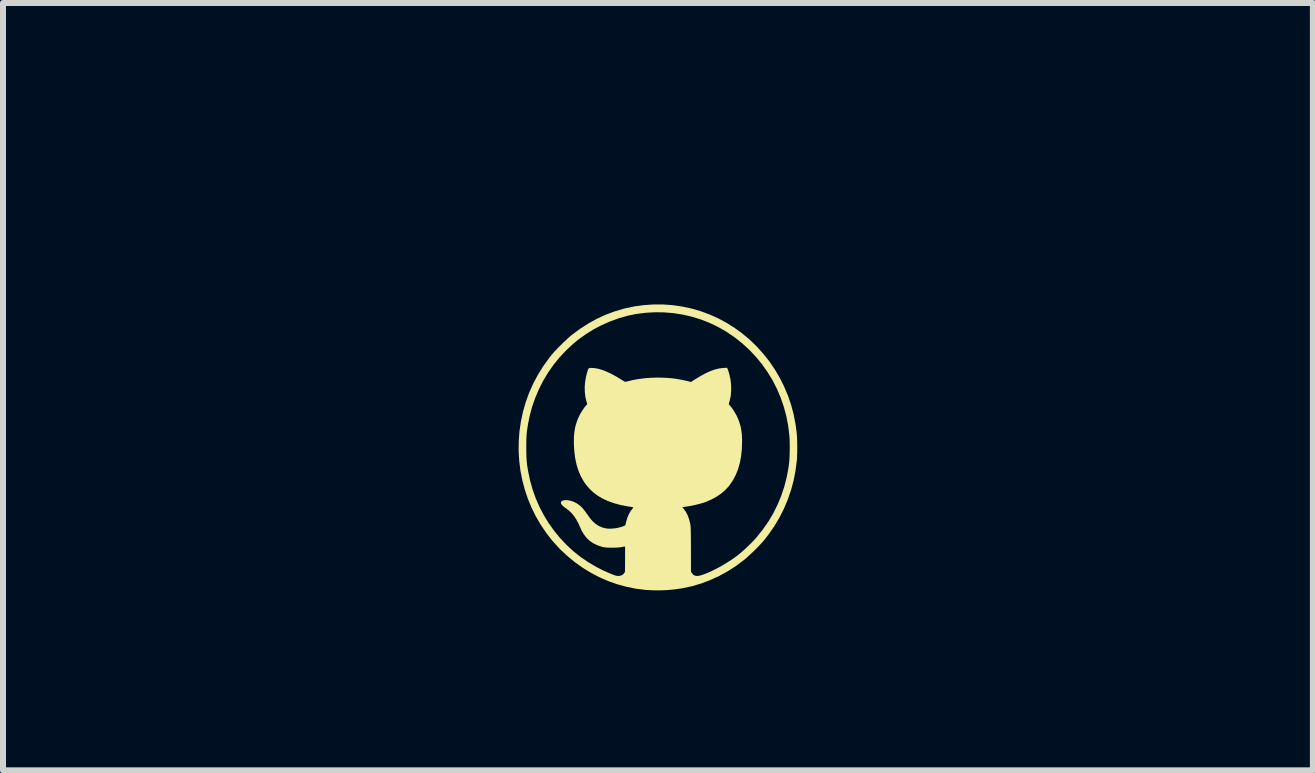
<source format=kicad_pcb>
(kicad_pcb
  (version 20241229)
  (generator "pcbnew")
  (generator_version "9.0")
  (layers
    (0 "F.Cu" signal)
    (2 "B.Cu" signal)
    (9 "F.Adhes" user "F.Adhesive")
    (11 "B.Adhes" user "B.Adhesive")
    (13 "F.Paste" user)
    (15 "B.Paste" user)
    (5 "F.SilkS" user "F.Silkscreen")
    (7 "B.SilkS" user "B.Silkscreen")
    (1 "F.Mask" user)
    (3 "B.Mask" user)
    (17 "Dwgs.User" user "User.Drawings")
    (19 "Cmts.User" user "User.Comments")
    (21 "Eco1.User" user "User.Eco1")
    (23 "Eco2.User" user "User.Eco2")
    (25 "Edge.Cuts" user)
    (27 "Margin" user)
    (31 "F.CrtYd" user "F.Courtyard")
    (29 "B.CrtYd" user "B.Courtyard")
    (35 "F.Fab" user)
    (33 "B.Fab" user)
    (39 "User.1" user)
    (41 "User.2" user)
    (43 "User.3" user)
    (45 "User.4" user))
  (footprint "GITHUB LOGO"
    (layer "F.Cu")
    (at 7.918 4.466)
    (property "Reference" "GITHUB LOGO" (at 0 -3.048 0) (layer "User.1") (effects (font (size 1.524 1.524) (thickness 0.3))))
    (attr board_only exclude_from_pos_files exclude_from_bom)
    (fp_poly (pts (xy 0.089 -2.441) (xy 0.247 -2.429) (xy 0.404 -2.406) (xy 0.559 -2.373) (xy 0.711 -2.329) (xy 0.86 -2.274) (xy 1.005 -2.209) (xy 1.146 -2.133) (xy 1.282 -2.047) (xy 1.397 -1.964) (xy 1.524 -1.858) (xy 1.643 -1.744) (xy 1.753 -1.622) (xy 1.855 -1.494) (xy 1.947 -1.359) (xy 2.03 -1.218) (xy 2.103 -1.072) (xy 2.167 -0.921) (xy 2.22 -0.765) (xy 2.262 -0.606) (xy 2.293 -0.443) (xy 2.296 -0.424) (xy 2.305 -0.359) (xy 2.312 -0.299) (xy 2.317 -0.24) (xy 2.32 -0.178) (xy 2.321 -0.111) (xy 2.322 -0.058) (xy 2.321 -0.013) (xy 2.321 0.032) (xy 2.319 0.076) (xy 2.318 0.115) (xy 2.316 0.147) (xy 2.315 0.157) (xy 2.293 0.328) (xy 2.261 0.494) (xy 2.217 0.656) (xy 2.163 0.813) (xy 2.098 0.966) (xy 2.023 1.115) (xy 1.937 1.259) (xy 1.84 1.398) (xy 1.77 1.487) (xy 1.742 1.521) (xy 1.706 1.559) (xy 1.666 1.602) (xy 1.622 1.646) (xy 1.577 1.69) (xy 1.532 1.732) (xy 1.49 1.77) (xy 1.453 1.803) (xy 1.436 1.816) (xy 1.302 1.917) (xy 1.164 2.006) (xy 1.022 2.084) (xy 0.876 2.151) (xy 0.727 2.208) (xy 0.573 2.254) (xy 0.414 2.289) (xy 0.387 2.293) (xy 0.276 2.309) (xy 0.159 2.32) (xy 0.038 2.325) (xy -0.081 2.324) (xy -0.195 2.318) (xy -0.211 2.317) (xy -0.37 2.297) (xy -0.526 2.265) (xy -0.68 2.223) (xy -0.83 2.17) (xy -0.977 2.106) (xy -1.118 2.032) (xy -1.255 1.948) (xy -1.387 1.854) (xy -1.512 1.751) (xy -1.632 1.639) (xy -1.654 1.616) (xy -1.764 1.494) (xy -1.864 1.365) (xy -1.955 1.23) (xy -2.037 1.09) (xy -2.108 0.944) (xy -2.17 0.795) (xy -2.221 0.642) (xy -2.262 0.486) (xy -2.293 0.327) (xy -2.313 0.165) (xy -2.323 0.003) (xy -2.322 -0.058) (xy -2.195 -0.058) (xy -2.195 0.005) (xy -2.194 0.059) (xy -2.192 0.106) (xy -2.19 0.149) (xy -2.186 0.19) (xy -2.182 0.231) (xy -2.175 0.275) (xy -2.167 0.325) (xy -2.166 0.331) (xy -2.134 0.488) (xy -2.091 0.641) (xy -2.038 0.79) (xy -1.975 0.934) (xy -1.902 1.073) (xy -1.821 1.206) (xy -1.73 1.333) (xy -1.632 1.453) (xy -1.525 1.566) (xy -1.411 1.672) (xy -1.289 1.769) (xy -1.16 1.857) (xy -1.025 1.936) (xy -0.939 1.98) (xy -0.899 1.999) (xy -0.856 2.018) (xy -0.814 2.037) (xy -0.774 2.053) (xy -0.739 2.067) (xy -0.71 2.077) (xy -0.693 2.082) (xy -0.661 2.085) (xy -0.627 2.081) (xy -0.601 2.072) (xy -0.585 2.061) (xy -0.569 2.045) (xy -0.565 2.039) (xy -0.55 2.016) (xy -0.548 1.805) (xy -0.548 1.756) (xy -0.548 1.712) (xy -0.548 1.673) (xy -0.548 1.64) (xy -0.549 1.615) (xy -0.55 1.599) (xy -0.551 1.593) (xy -0.551 1.593) (xy -0.558 1.594) (xy -0.574 1.597) (xy -0.596 1.601) (xy -0.608 1.603) (xy -0.638 1.608) (xy -0.673 1.611) (xy -0.716 1.613) (xy -0.768 1.613) (xy -0.809 1.613) (xy -0.841 1.612) (xy -0.866 1.611) (xy -0.887 1.608) (xy -0.907 1.605) (xy -0.926 1.601) (xy -1.004 1.576) (xy -1.074 1.542) (xy -1.136 1.501) (xy -1.19 1.45) (xy -1.236 1.391) (xy -1.275 1.324) (xy -1.288 1.293) (xy -1.325 1.212) (xy -1.363 1.141) (xy -1.404 1.08) (xy -1.448 1.029) (xy -1.495 0.986) (xy -1.523 0.965) (xy -1.561 0.938) (xy -1.589 0.914) (xy -1.608 0.892) (xy -1.614 0.881) (xy -1.618 0.861) (xy -1.612 0.845) (xy -1.597 0.833) (xy -1.576 0.825) (xy -1.548 0.821) (xy -1.515 0.821) (xy -1.479 0.826) (xy -1.441 0.836) (xy -1.402 0.85) (xy -1.39 0.855) (xy -1.344 0.881) (xy -1.301 0.912) (xy -1.259 0.952) (xy -1.219 1.001) (xy -1.177 1.06) (xy -1.176 1.061) (xy -1.131 1.124) (xy -1.085 1.177) (xy -1.037 1.219) (xy -0.987 1.251) (xy -0.933 1.275) (xy -0.886 1.288) (xy -0.834 1.296) (xy -0.775 1.296) (xy -0.714 1.291) (xy -0.652 1.279) (xy -0.594 1.262) (xy -0.568 1.251) (xy -0.545 1.241) (xy -0.528 1.174) (xy -0.512 1.119) (xy -0.491 1.066) (xy -0.466 1.019) (xy -0.439 0.98) (xy -0.433 0.973) (xy -0.419 0.955) (xy -0.412 0.944) (xy -0.414 0.94) (xy -0.422 0.938) (xy -0.44 0.935) (xy -0.464 0.931) (xy -0.493 0.927) (xy -0.503 0.925) (xy -0.623 0.902) (xy -0.733 0.872) (xy -0.835 0.836) (xy -0.927 0.793) (xy -1.01 0.743) (xy -1.086 0.685) (xy -1.152 0.62) (xy -1.211 0.548) (xy -1.236 0.512) (xy -1.284 0.427) (xy -1.325 0.333) (xy -1.357 0.231) (xy -1.38 0.122) (xy -1.395 0.005) (xy -1.402 -0.12) (xy -1.402 -0.154) (xy -1.401 -0.237) (xy -1.394 -0.312) (xy -1.383 -0.381) (xy -1.366 -0.447) (xy -1.344 -0.512) (xy -1.334 -0.538) (xy -1.312 -0.584) (xy -1.287 -0.631) (xy -1.258 -0.677) (xy -1.23 -0.719) (xy -1.202 -0.753) (xy -1.196 -0.76) (xy -1.179 -0.779) (xy -1.194 -0.83) (xy -1.211 -0.906) (xy -1.22 -0.988) (xy -1.221 -1.073) (xy -1.213 -1.16) (xy -1.197 -1.247) (xy -1.186 -1.29) (xy -1.176 -1.324) (xy -1.169 -1.348) (xy -1.162 -1.364) (xy -1.155 -1.374) (xy -1.146 -1.379) (xy -1.134 -1.382) (xy -1.117 -1.383) (xy -1.111 -1.383) (xy -1.057 -1.38) (xy -0.995 -1.369) (xy -0.928 -1.349) (xy -0.855 -1.321) (xy -0.779 -1.285) (xy -0.698 -1.241) (xy -0.616 -1.191) (xy -0.592 -1.176) (xy -0.57 -1.163) (xy -0.554 -1.155) (xy -0.545 -1.151) (xy -0.545 -1.151) (xy -0.535 -1.153) (xy -0.517 -1.157) (xy -0.495 -1.162) (xy -0.493 -1.163) (xy -0.409 -1.183) (xy -0.316 -1.199) (xy -0.217 -1.211) (xy -0.116 -1.219) (xy -0.014 -1.222) (xy -0.006 -1.222) (xy 0.085 -1.22) (xy 0.167 -1.216) (xy 0.246 -1.209) (xy 0.324 -1.198) (xy 0.405 -1.183) (xy 0.486 -1.165) (xy 0.551 -1.149) (xy 0.614 -1.19) (xy 0.706 -1.246) (xy 0.791 -1.292) (xy 0.872 -1.329) (xy 0.947 -1.356) (xy 1.018 -1.374) (xy 1.085 -1.382) (xy 1.089 -1.382) (xy 1.151 -1.386) (xy 1.163 -1.36) (xy 1.17 -1.342) (xy 1.178 -1.317) (xy 1.186 -1.29) (xy 1.189 -1.279) (xy 1.209 -1.189) (xy 1.219 -1.098) (xy 1.22 -1.008) (xy 1.213 -0.92) (xy 1.196 -0.838) (xy 1.192 -0.822) (xy 1.179 -0.779) (xy 1.196 -0.76) (xy 1.223 -0.728) (xy 1.252 -0.688) (xy 1.28 -0.642) (xy 1.307 -0.595) (xy 1.329 -0.549) (xy 1.334 -0.538) (xy 1.358 -0.473) (xy 1.377 -0.408) (xy 1.39 -0.341) (xy 1.399 -0.268) (xy 1.402 -0.189) (xy 1.402 -0.154) (xy 1.398 -0.028) (xy 1.385 0.091) (xy 1.364 0.202) (xy 1.335 0.305) (xy 1.297 0.4) (xy 1.25 0.489) (xy 1.195 0.57) (xy 1.174 0.596) (xy 1.118 0.656) (xy 1.052 0.712) (xy 0.977 0.763) (xy 0.896 0.808) (xy 0.808 0.846) (xy 0.797 0.851) (xy 0.748 0.867) (xy 0.69 0.884) (xy 0.628 0.899) (xy 0.564 0.913) (xy 0.502 0.924) (xy 0.494 0.925) (xy 0.464 0.93) (xy 0.439 0.934) (xy 0.42 0.937) (xy 0.409 0.939) (xy 0.408 0.94) (xy 0.41 0.945) (xy 0.419 0.956) (xy 0.431 0.971) (xy 0.433 0.972) (xy 0.466 1.018) (xy 0.495 1.074) (xy 0.518 1.137) (xy 0.536 1.208) (xy 0.539 1.222) (xy 0.541 1.234) (xy 0.542 1.249) (xy 0.544 1.265) (xy 0.545 1.286) (xy 0.546 1.31) (xy 0.547 1.34) (xy 0.547 1.377) (xy 0.548 1.421) (xy 0.548 1.473) (xy 0.549 1.534) (xy 0.549 1.605) (xy 0.549 1.646) (xy 0.55 2.015) (xy 0.563 2.036) (xy 0.585 2.062) (xy 0.612 2.079) (xy 0.645 2.085) (xy 0.685 2.082) (xy 0.721 2.073) (xy 0.799 2.045) (xy 0.883 2.009) (xy 0.97 1.966) (xy 1.059 1.918) (xy 1.147 1.865) (xy 1.233 1.81) (xy 1.314 1.752) (xy 1.358 1.717) (xy 1.394 1.687) (xy 1.436 1.65) (xy 1.48 1.608) (xy 1.526 1.564) (xy 1.569 1.521) (xy 1.609 1.479) (xy 1.643 1.442) (xy 1.645 1.439) (xy 1.747 1.312) (xy 1.84 1.179) (xy 1.922 1.041) (xy 1.993 0.897) (xy 2.055 0.748) (xy 2.106 0.594) (xy 2.147 0.435) (xy 2.177 0.272) (xy 2.184 0.215) (xy 2.189 0.172) (xy 2.192 0.12) (xy 2.195 0.062) (xy 2.196 -0.000221) (xy 2.197 -0.064) (xy 2.196 -0.126) (xy 2.195 -0.184) (xy 2.192 -0.236) (xy 2.19 -0.262) (xy 2.17 -0.423) (xy 2.139 -0.582) (xy 2.097 -0.737) (xy 2.045 -0.888) (xy 1.983 -1.034) (xy 1.911 -1.175) (xy 1.829 -1.31) (xy 1.738 -1.439) (xy 1.638 -1.562) (xy 1.529 -1.678) (xy 1.412 -1.786) (xy 1.286 -1.887) (xy 1.269 -1.899) (xy 1.138 -1.988) (xy 1.002 -2.066) (xy 0.862 -2.133) (xy 0.717 -2.19) (xy 0.568 -2.236) (xy 0.416 -2.271) (xy 0.261 -2.296) (xy 0.104 -2.309) (xy -0.056 -2.311) (xy -0.209 -2.302) (xy -0.358 -2.283) (xy -0.506 -2.253) (xy -0.652 -2.211) (xy -0.796 -2.159) (xy -0.937 -2.097) (xy -1.073 -2.026) (xy -1.204 -1.944) (xy -1.33 -1.854) (xy -1.413 -1.785) (xy -1.53 -1.677) (xy -1.639 -1.561) (xy -1.739 -1.438) (xy -1.83 -1.308) (xy -1.912 -1.172) (xy -1.984 -1.03) (xy -2.046 -0.884) (xy -2.099 -0.733) (xy -2.14 -0.578) (xy -2.166 -0.448) (xy -2.174 -0.397) (xy -2.181 -0.353) (xy -2.186 -0.311) (xy -2.19 -0.271) (xy -2.192 -0.228) (xy -2.194 -0.182) (xy -2.195 -0.129) (xy -2.195 -0.067) (xy -2.195 -0.058) (xy -2.322 -0.058) (xy -2.321 -0.161) (xy -2.309 -0.325) (xy -2.285 -0.489) (xy -2.25 -0.653) (xy -2.25 -0.654) (xy -2.204 -0.814) (xy -2.148 -0.969) (xy -2.08 -1.121) (xy -2.002 -1.268) (xy -1.913 -1.411) (xy -1.814 -1.549) (xy -1.77 -1.604) (xy -1.742 -1.637) (xy -1.706 -1.676) (xy -1.666 -1.718) (xy -1.622 -1.762) (xy -1.577 -1.806) (xy -1.532 -1.848) (xy -1.49 -1.887) (xy -1.453 -1.919) (xy -1.436 -1.933) (xy -1.302 -2.033) (xy -1.163 -2.122) (xy -1.021 -2.201) (xy -0.875 -2.268) (xy -0.726 -2.324) (xy -0.572 -2.37) (xy -0.551 -2.375) (xy -0.391 -2.409) (xy -0.231 -2.43) (xy -0.071 -2.441)) (stroke (width 0) (type solid)) (fill yes) (layer "F.SilkS")))
  (gr_rect
    (start -3 -3)
    (end 18.835 9.791)
    (stroke (width 0.1) (type default))
    (fill no)
    (layer "Edge.Cuts")))
</source>
